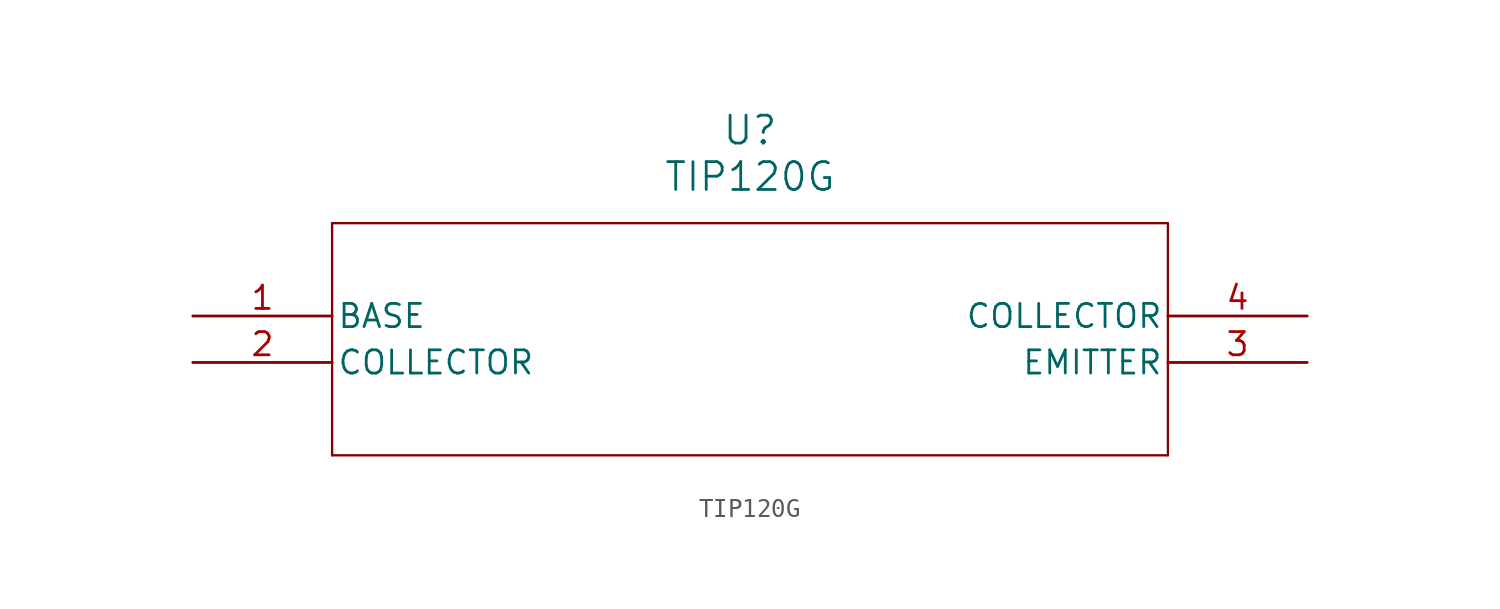
<source format=kicad_sym>
(kicad_symbol_lib
  (version 20211014)
  (generator kicad_symbol_editor)
  (symbol "TIP120G"
    (pin_names
      (offset 0.254))
    (property "Reference" "U"
      (at 30.48 10.16 0)
      (effects (font (size 1.524 1.524))))
    (property "Value" "TIP120G"
      (at 30.48 7.62 0)
      (effects (font (size 1.524 1.524))))
    (symbol "TIP120G_0_1"
      (polyline (pts (xy 7.62 5.08) (xy 7.62 -7.62)) (stroke (width 0.127) (type default) (color 0 0 0 0)) (fill (type none)))
      (polyline (pts (xy 7.62 -7.62) (xy 53.34 -7.62)) (stroke (width 0.127) (type default) (color 0 0 0 0)) (fill (type none)))
      (polyline (pts (xy 53.34 -7.62) (xy 53.34 5.08)) (stroke (width 0.127) (type default) (color 0 0 0 0)) (fill (type none)))
      (polyline (pts (xy 53.34 5.08) (xy 7.62 5.08)) (stroke (width 0.127) (type default) (color 0 0 0 0)) (fill (type none)))
      (pin unspecified line (at 0 0 0) (length 7.62) (name "BASE" (effects (font (size 1.27 1.27)))) (number "1" (effects (font (size 1.27 1.27)))))
      (pin unspecified line (at 0 -2.54 0) (length 7.62) (name "COLLECTOR" (effects (font (size 1.27 1.27)))) (number "2" (effects (font (size 1.27 1.27)))))
      (pin unspecified line (at 60.96 -2.54 180) (length 7.62) (name "EMITTER" (effects (font (size 1.27 1.27)))) (number "3" (effects (font (size 1.27 1.27)))))
      (pin unspecified line (at 60.96 0 180) (length 7.62) (name "COLLECTOR" (effects (font (size 1.27 1.27)))) (number "4" (effects (font (size 1.27 1.27))))))))
</source>
